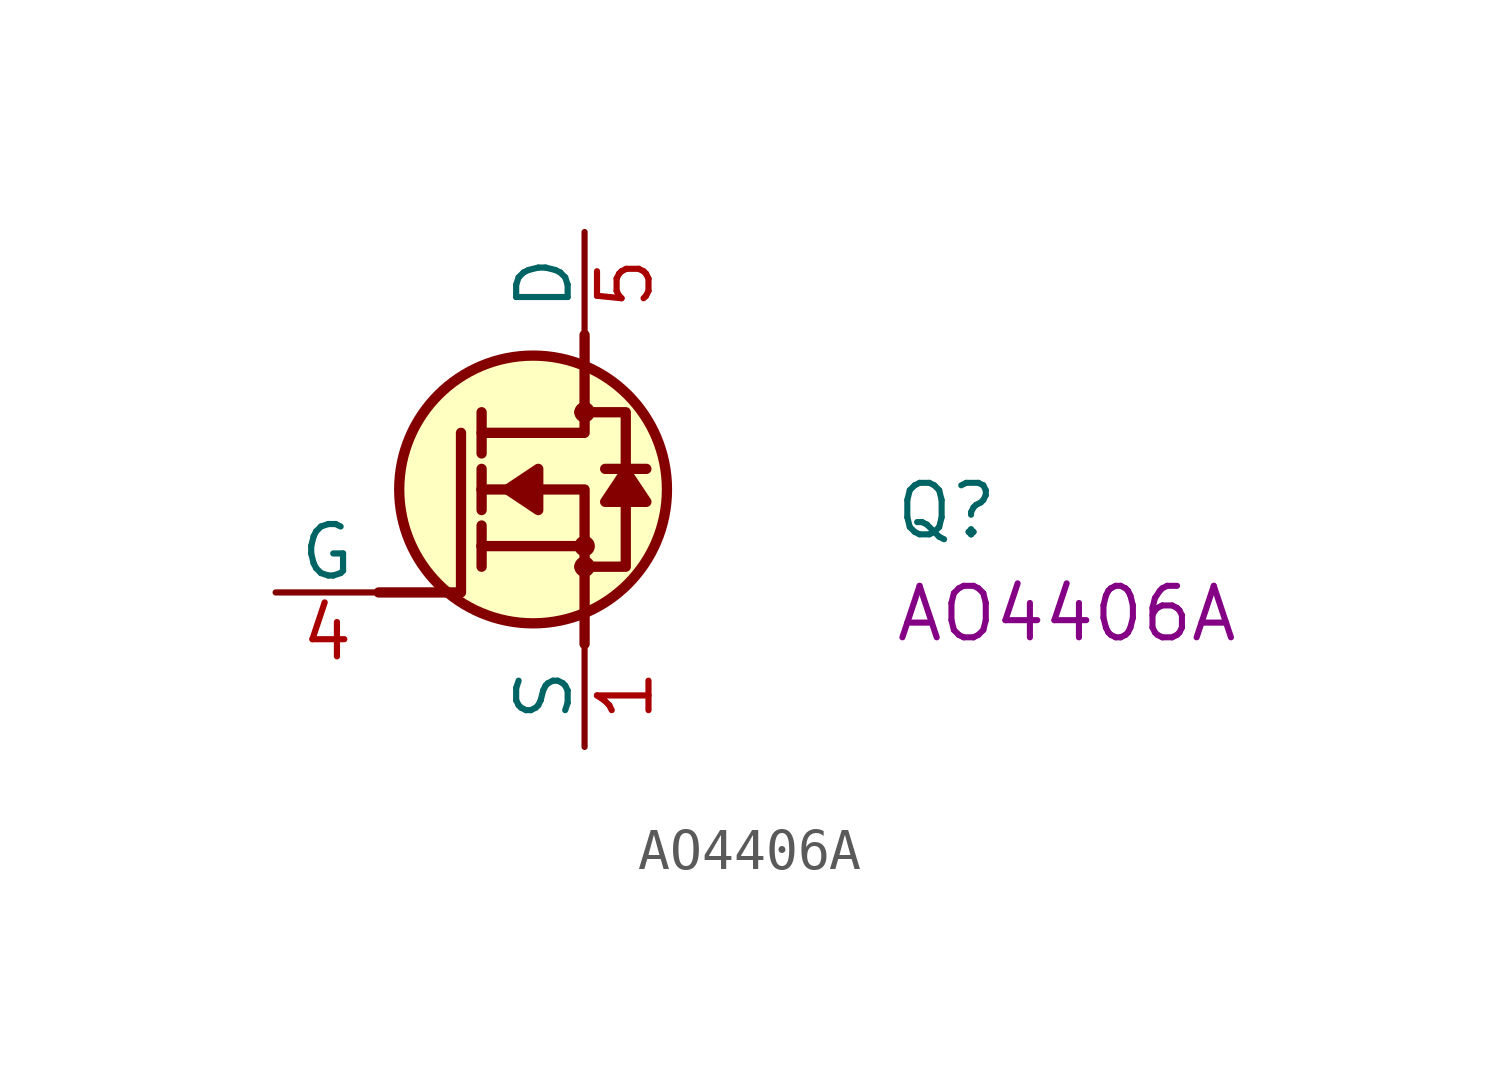
<source format=kicad_sym>
(kicad_symbol_lib
  (version 20220914)
  (generator kicad_symbol_editor)
  (symbol "AO4406A"
    (pin_names
      (offset 0))
    (property "Reference" "Q"
      (at 13.97 1.27 0)
      (effects (font (size 1.27 1.27) (thickness 0.15)) (justify left bottom)))
    (property "MPN" "AO4406A"
      (at 13.97 -1.27 0)
      (effects (font (size 1.27 1.27) (thickness 0.15)) (justify left bottom)))
    (symbol "AO4406A_1_1"
      (polyline (pts (xy 3.81 1.143) (xy 3.81 0.635)) (stroke (width 0.254) (type default)) (fill (type background)))
      (polyline (pts (xy 3.81 1.143) (xy 3.81 1.651)) (stroke (width 0.254) (type default)) (fill (type background)))
      (polyline (pts (xy 3.81 2.54) (xy 3.81 2.032)) (stroke (width 0.254) (type default)) (fill (type background)))
      (polyline (pts (xy 3.81 2.54) (xy 3.81 3.048)) (stroke (width 0.254) (type default)) (fill (type background)))
      (polyline (pts (xy 3.81 4.445) (xy 3.81 3.429)) (stroke (width 0.254) (type default)) (fill (type background)))
      (polyline (pts (xy 6.35 1.143) (xy 3.81 1.143)) (stroke (width 0.254) (type default)) (fill (type background)))
      (polyline (pts (xy 6.858 3.048) (xy 7.874 3.048)) (stroke (width 0.254) (type default)) (fill (type background)))
      (polyline (pts (xy 1.27 0) (xy 3.302 0) (xy 3.302 3.937)) (stroke (width 0.254) (type default)) (fill (type none)))
      (polyline (pts (xy 6.35 -1.27) (xy 6.35 2.54) (xy 3.81 2.54)) (stroke (width 0.254) (type default)) (fill (type none)))
      (polyline (pts (xy 6.35 6.35) (xy 6.35 3.937) (xy 3.81 3.937)) (stroke (width 0.254) (type default)) (fill (type none)))
      (polyline (pts (xy 4.445 2.54) (xy 5.207 2.032) (xy 5.207 3.048) (xy 4.445 2.54)) (stroke (width 0.254) (type default)) (fill (type outline)))
      (polyline (pts (xy 7.366 2.997) (xy 7.874 2.235) (xy 6.858 2.235) (xy 7.366 2.997)) (stroke (width 0.254) (type default)) (fill (type outline)))
      (polyline (pts (xy 6.223 0.635) (xy 7.366 0.635) (xy 7.366 3.937) (xy 7.366 4.445) (xy 6.223 4.445)) (stroke (width 0.254) (type default)) (fill (type background)))
      (circle (center 5.08 2.54) (radius 3.302) (stroke (width 0.254) (type default)) (fill (type background)))
      (circle (center 6.35 0.635) (radius 0.127) (stroke (width 0.254) (type default)) (fill (type background)))
      (circle (center 6.35 1.143) (radius 0.127) (stroke (width 0.254) (type default)) (fill (type background)))
      (circle (center 6.35 4.445) (radius 0.127) (stroke (width 0.254) (type default)) (fill (type background)))
      (pin passive line (at 6.35 -3.81 90) (length 2.54) (name "S" (effects (font (size 1.27 1.27)))) (number "1" (effects (font (size 1.27 1.27)))))
      (pin passive line (at 6.35 -3.81 90) (length 2.54) hide (name "S" (effects (font (size 1.27 1.27)))) (number "2" (effects (font (size 1.27 1.27)))))
      (pin passive line (at 6.35 -3.81 90) (length 2.54) hide (name "S" (effects (font (size 1.27 1.27)))) (number "3" (effects (font (size 1.27 1.27)))))
      (pin passive line (at -1.27 0 0) (length 2.54) (name "G" (effects (font (size 1.27 1.27)))) (number "4" (effects (font (size 1.27 1.27)))))
      (pin passive line (at 6.35 8.89 270) (length 2.54) (name "D" (effects (font (size 1.27 1.27)))) (number "5" (effects (font (size 1.27 1.27)))))
      (pin passive line (at 6.35 8.89 270) (length 2.54) hide (name "D" (effects (font (size 1.27 1.27)))) (number "6" (effects (font (size 1.27 1.27)))))
      (pin passive line (at 6.35 8.89 270) (length 2.54) hide (name "D" (effects (font (size 1.27 1.27)))) (number "7" (effects (font (size 1.27 1.27)))))
      (pin passive line (at 6.35 8.89 270) (length 2.54) hide (name "D" (effects (font (size 1.27 1.27)))) (number "8" (effects (font (size 1.27 1.27))))))))
</source>
